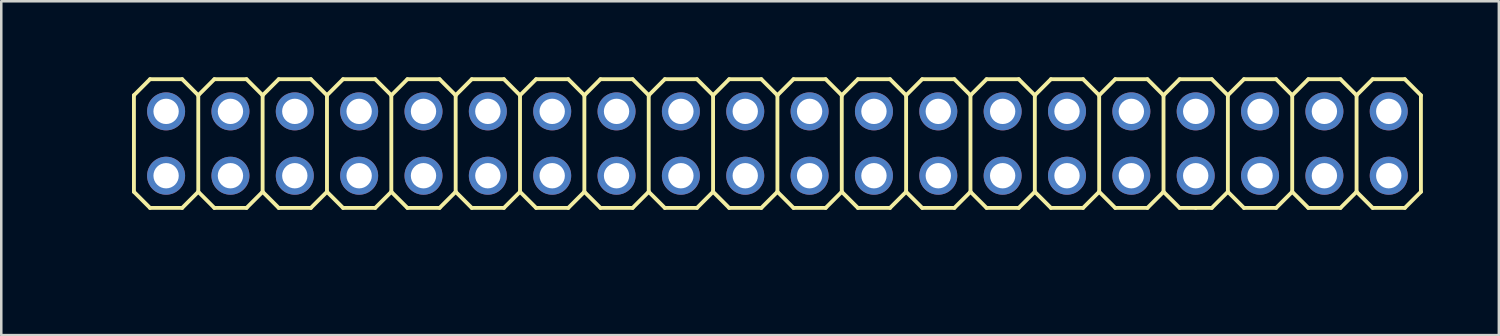
<source format=kicad_pcb>
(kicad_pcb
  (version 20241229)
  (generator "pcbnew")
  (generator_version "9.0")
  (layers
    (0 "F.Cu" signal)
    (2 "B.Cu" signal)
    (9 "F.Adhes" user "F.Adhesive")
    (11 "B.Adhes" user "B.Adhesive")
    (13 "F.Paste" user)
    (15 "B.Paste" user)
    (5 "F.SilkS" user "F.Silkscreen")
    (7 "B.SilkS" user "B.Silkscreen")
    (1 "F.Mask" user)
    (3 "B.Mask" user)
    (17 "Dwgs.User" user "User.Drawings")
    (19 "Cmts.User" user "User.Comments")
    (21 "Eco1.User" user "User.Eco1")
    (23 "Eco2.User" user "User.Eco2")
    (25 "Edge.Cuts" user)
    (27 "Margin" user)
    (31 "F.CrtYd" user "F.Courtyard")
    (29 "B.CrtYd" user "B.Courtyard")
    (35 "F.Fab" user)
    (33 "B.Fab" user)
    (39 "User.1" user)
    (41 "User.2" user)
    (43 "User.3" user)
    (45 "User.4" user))
  (footprint "2X20"
    (layer "F.Cu")
    (at 3.506 3.886)
    (property "Reference" "2X20" (at -2.54 -1.27 90) (layer "Eco1.User") (effects (font (size 1.27 1.27) (thickness 0.127))))
    (attr through_hole)
    (fp_line (start -1.27 -3.175) (end -0.635 -3.81) (stroke (width 0.152) (type solid)) (layer "F.SilkS"))
    (fp_line (start -1.27 0.635) (end -1.27 -3.175) (stroke (width 0.152) (type solid)) (layer "F.SilkS"))
    (fp_line (start -1.27 0.635) (end -0.635 1.27) (stroke (width 0.152) (type solid)) (layer "F.SilkS"))
    (fp_line (start -0.635 -3.81) (end 0.635 -3.81) (stroke (width 0.152) (type solid)) (layer "F.SilkS"))
    (fp_line (start -0.635 1.27) (end 0.635 1.27) (stroke (width 0.152) (type solid)) (layer "F.SilkS"))
    (fp_line (start 0.635 -3.81) (end 1.27 -3.175) (stroke (width 0.152) (type solid)) (layer "F.SilkS"))
    (fp_line (start 0.635 1.27) (end 1.27 0.635) (stroke (width 0.152) (type solid)) (layer "F.SilkS"))
    (fp_line (start 1.27 -3.175) (end 1.27 0.635) (stroke (width 0.152) (type solid)) (layer "F.SilkS"))
    (fp_line (start 1.27 -3.175) (end 1.905 -3.81) (stroke (width 0.152) (type solid)) (layer "F.SilkS"))
    (fp_line (start 1.27 0.635) (end 1.905 1.27) (stroke (width 0.152) (type solid)) (layer "F.SilkS"))
    (fp_line (start 1.905 -3.81) (end 3.175 -3.81) (stroke (width 0.152) (type solid)) (layer "F.SilkS"))
    (fp_line (start 1.905 1.27) (end 3.175 1.27) (stroke (width 0.152) (type solid)) (layer "F.SilkS"))
    (fp_line (start 3.175 -3.81) (end 3.81 -3.175) (stroke (width 0.152) (type solid)) (layer "F.SilkS"))
    (fp_line (start 3.175 1.27) (end 3.81 0.635) (stroke (width 0.152) (type solid)) (layer "F.SilkS"))
    (fp_line (start 3.81 -3.175) (end 3.81 0.635) (stroke (width 0.152) (type solid)) (layer "F.SilkS"))
    (fp_line (start 3.81 -3.175) (end 4.445 -3.81) (stroke (width 0.152) (type solid)) (layer "F.SilkS"))
    (fp_line (start 3.81 0.635) (end 4.445 1.27) (stroke (width 0.152) (type solid)) (layer "F.SilkS"))
    (fp_line (start 4.445 -3.81) (end 5.715 -3.81) (stroke (width 0.152) (type solid)) (layer "F.SilkS"))
    (fp_line (start 4.445 1.27) (end 5.715 1.27) (stroke (width 0.152) (type solid)) (layer "F.SilkS"))
    (fp_line (start 5.715 -3.81) (end 6.35 -3.175) (stroke (width 0.152) (type solid)) (layer "F.SilkS"))
    (fp_line (start 5.715 1.27) (end 6.35 0.635) (stroke (width 0.152) (type solid)) (layer "F.SilkS"))
    (fp_line (start 6.35 -3.175) (end 6.35 0.635) (stroke (width 0.152) (type solid)) (layer "F.SilkS"))
    (fp_line (start 6.35 -3.175) (end 6.985 -3.81) (stroke (width 0.152) (type solid)) (layer "F.SilkS"))
    (fp_line (start 6.35 0.635) (end 6.985 1.27) (stroke (width 0.152) (type solid)) (layer "F.SilkS"))
    (fp_line (start 6.985 -3.81) (end 8.255 -3.81) (stroke (width 0.152) (type solid)) (layer "F.SilkS"))
    (fp_line (start 6.985 1.27) (end 8.255 1.27) (stroke (width 0.152) (type solid)) (layer "F.SilkS"))
    (fp_line (start 8.255 -3.81) (end 8.89 -3.175) (stroke (width 0.152) (type solid)) (layer "F.SilkS"))
    (fp_line (start 8.255 1.27) (end 8.89 0.635) (stroke (width 0.152) (type solid)) (layer "F.SilkS"))
    (fp_line (start 8.89 -3.175) (end 8.89 0.635) (stroke (width 0.152) (type solid)) (layer "F.SilkS"))
    (fp_line (start 8.89 -3.175) (end 9.525 -3.81) (stroke (width 0.152) (type solid)) (layer "F.SilkS"))
    (fp_line (start 8.89 0.635) (end 9.525 1.27) (stroke (width 0.152) (type solid)) (layer "F.SilkS"))
    (fp_line (start 9.525 -3.81) (end 10.795 -3.81) (stroke (width 0.152) (type solid)) (layer "F.SilkS"))
    (fp_line (start 9.525 1.27) (end 10.795 1.27) (stroke (width 0.152) (type solid)) (layer "F.SilkS"))
    (fp_line (start 10.795 -3.81) (end 11.43 -3.175) (stroke (width 0.152) (type solid)) (layer "F.SilkS"))
    (fp_line (start 10.795 1.27) (end 11.43 0.635) (stroke (width 0.152) (type solid)) (layer "F.SilkS"))
    (fp_line (start 11.43 -3.175) (end 11.43 0.635) (stroke (width 0.152) (type solid)) (layer "F.SilkS"))
    (fp_line (start 11.43 -3.175) (end 12.065 -3.81) (stroke (width 0.152) (type solid)) (layer "F.SilkS"))
    (fp_line (start 11.43 0.635) (end 12.065 1.27) (stroke (width 0.152) (type solid)) (layer "F.SilkS"))
    (fp_line (start 12.065 -3.81) (end 13.335 -3.81) (stroke (width 0.152) (type solid)) (layer "F.SilkS"))
    (fp_line (start 12.065 1.27) (end 13.335 1.27) (stroke (width 0.152) (type solid)) (layer "F.SilkS"))
    (fp_line (start 13.335 -3.81) (end 13.97 -3.175) (stroke (width 0.152) (type solid)) (layer "F.SilkS"))
    (fp_line (start 13.335 1.27) (end 13.97 0.635) (stroke (width 0.152) (type solid)) (layer "F.SilkS"))
    (fp_line (start 13.97 -3.175) (end 13.97 0.635) (stroke (width 0.152) (type solid)) (layer "F.SilkS"))
    (fp_line (start 13.97 -3.175) (end 14.605 -3.81) (stroke (width 0.152) (type solid)) (layer "F.SilkS"))
    (fp_line (start 13.97 0.635) (end 14.605 1.27) (stroke (width 0.152) (type solid)) (layer "F.SilkS"))
    (fp_line (start 14.605 -3.81) (end 15.875 -3.81) (stroke (width 0.152) (type solid)) (layer "F.SilkS"))
    (fp_line (start 14.605 1.27) (end 15.875 1.27) (stroke (width 0.152) (type solid)) (layer "F.SilkS"))
    (fp_line (start 15.875 -3.81) (end 16.51 -3.175) (stroke (width 0.152) (type solid)) (layer "F.SilkS"))
    (fp_line (start 16.51 -3.175) (end 16.51 0.635) (stroke (width 0.152) (type solid)) (layer "F.SilkS"))
    (fp_line (start 16.51 -3.175) (end 17.145 -3.81) (stroke (width 0.152) (type solid)) (layer "F.SilkS"))
    (fp_line (start 16.51 0.635) (end 15.875 1.27) (stroke (width 0.152) (type solid)) (layer "F.SilkS"))
    (fp_line (start 16.51 0.635) (end 17.145 1.27) (stroke (width 0.152) (type solid)) (layer "F.SilkS"))
    (fp_line (start 17.145 -3.81) (end 18.415 -3.81) (stroke (width 0.152) (type solid)) (layer "F.SilkS"))
    (fp_line (start 17.145 1.27) (end 18.415 1.27) (stroke (width 0.152) (type solid)) (layer "F.SilkS"))
    (fp_line (start 18.415 -3.81) (end 19.05 -3.175) (stroke (width 0.152) (type solid)) (layer "F.SilkS"))
    (fp_line (start 19.05 -3.175) (end 19.05 0.635) (stroke (width 0.152) (type solid)) (layer "F.SilkS"))
    (fp_line (start 19.05 -3.175) (end 19.685 -3.81) (stroke (width 0.152) (type solid)) (layer "F.SilkS"))
    (fp_line (start 19.05 0.635) (end 18.415 1.27) (stroke (width 0.152) (type solid)) (layer "F.SilkS"))
    (fp_line (start 19.685 -3.81) (end 20.955 -3.81) (stroke (width 0.152) (type solid)) (layer "F.SilkS"))
    (fp_line (start 19.685 1.27) (end 19.05 0.635) (stroke (width 0.152) (type solid)) (layer "F.SilkS"))
    (fp_line (start 20.955 -3.81) (end 21.59 -3.175) (stroke (width 0.152) (type solid)) (layer "F.SilkS"))
    (fp_line (start 20.955 1.27) (end 19.685 1.27) (stroke (width 0.152) (type solid)) (layer "F.SilkS"))
    (fp_line (start 21.59 -3.175) (end 22.225 -3.81) (stroke (width 0.152) (type solid)) (layer "F.SilkS"))
    (fp_line (start 21.59 0.635) (end 20.955 1.27) (stroke (width 0.152) (type solid)) (layer "F.SilkS"))
    (fp_line (start 21.59 0.635) (end 21.59 -3.175) (stroke (width 0.152) (type solid)) (layer "F.SilkS"))
    (fp_line (start 22.225 -3.81) (end 23.495 -3.81) (stroke (width 0.152) (type solid)) (layer "F.SilkS"))
    (fp_line (start 22.225 1.27) (end 21.59 0.635) (stroke (width 0.152) (type solid)) (layer "F.SilkS"))
    (fp_line (start 23.495 -3.81) (end 24.13 -3.175) (stroke (width 0.152) (type solid)) (layer "F.SilkS"))
    (fp_line (start 23.495 1.27) (end 22.225 1.27) (stroke (width 0.152) (type solid)) (layer "F.SilkS"))
    (fp_line (start 24.13 -3.175) (end 24.13 0.635) (stroke (width 0.152) (type solid)) (layer "F.SilkS"))
    (fp_line (start 24.13 -3.175) (end 24.765 -3.81) (stroke (width 0.152) (type solid)) (layer "F.SilkS"))
    (fp_line (start 24.13 0.635) (end 23.495 1.27) (stroke (width 0.152) (type solid)) (layer "F.SilkS"))
    (fp_line (start 24.765 -3.81) (end 26.035 -3.81) (stroke (width 0.152) (type solid)) (layer "F.SilkS"))
    (fp_line (start 24.765 1.27) (end 24.13 0.635) (stroke (width 0.152) (type solid)) (layer "F.SilkS"))
    (fp_line (start 26.035 -3.81) (end 26.67 -3.175) (stroke (width 0.152) (type solid)) (layer "F.SilkS"))
    (fp_line (start 26.035 1.27) (end 24.765 1.27) (stroke (width 0.152) (type solid)) (layer "F.SilkS"))
    (fp_line (start 26.67 -3.175) (end 26.67 0.635) (stroke (width 0.152) (type solid)) (layer "F.SilkS"))
    (fp_line (start 26.67 -3.175) (end 27.305 -3.81) (stroke (width 0.152) (type solid)) (layer "F.SilkS"))
    (fp_line (start 26.67 0.635) (end 26.035 1.27) (stroke (width 0.152) (type solid)) (layer "F.SilkS"))
    (fp_line (start 27.305 -3.81) (end 28.575 -3.81) (stroke (width 0.152) (type solid)) (layer "F.SilkS"))
    (fp_line (start 27.305 1.27) (end 26.67 0.635) (stroke (width 0.152) (type solid)) (layer "F.SilkS"))
    (fp_line (start 28.575 -3.81) (end 29.21 -3.175) (stroke (width 0.152) (type solid)) (layer "F.SilkS"))
    (fp_line (start 28.575 1.27) (end 27.305 1.27) (stroke (width 0.152) (type solid)) (layer "F.SilkS"))
    (fp_line (start 29.21 -3.175) (end 29.21 0.635) (stroke (width 0.152) (type solid)) (layer "F.SilkS"))
    (fp_line (start 29.21 -3.175) (end 29.845 -3.81) (stroke (width 0.152) (type solid)) (layer "F.SilkS"))
    (fp_line (start 29.21 0.635) (end 28.575 1.27) (stroke (width 0.152) (type solid)) (layer "F.SilkS"))
    (fp_line (start 29.845 -3.81) (end 31.115 -3.81) (stroke (width 0.152) (type solid)) (layer "F.SilkS"))
    (fp_line (start 29.845 1.27) (end 29.21 0.635) (stroke (width 0.152) (type solid)) (layer "F.SilkS"))
    (fp_line (start 31.115 -3.81) (end 31.75 -3.175) (stroke (width 0.152) (type solid)) (layer "F.SilkS"))
    (fp_line (start 31.115 1.27) (end 29.845 1.27) (stroke (width 0.152) (type solid)) (layer "F.SilkS"))
    (fp_line (start 31.75 -3.175) (end 31.75 0.635) (stroke (width 0.152) (type solid)) (layer "F.SilkS"))
    (fp_line (start 31.75 -3.175) (end 32.385 -3.81) (stroke (width 0.152) (type solid)) (layer "F.SilkS"))
    (fp_line (start 31.75 0.635) (end 31.115 1.27) (stroke (width 0.152) (type solid)) (layer "F.SilkS"))
    (fp_line (start 32.385 -3.81) (end 33.655 -3.81) (stroke (width 0.152) (type solid)) (layer "F.SilkS"))
    (fp_line (start 32.385 1.27) (end 31.75 0.635) (stroke (width 0.152) (type solid)) (layer "F.SilkS"))
    (fp_line (start 33.655 -3.81) (end 34.29 -3.175) (stroke (width 0.152) (type solid)) (layer "F.SilkS"))
    (fp_line (start 33.655 1.27) (end 32.385 1.27) (stroke (width 0.152) (type solid)) (layer "F.SilkS"))
    (fp_line (start 34.29 -3.175) (end 34.29 0.635) (stroke (width 0.152) (type solid)) (layer "F.SilkS"))
    (fp_line (start 34.29 -3.175) (end 34.925 -3.81) (stroke (width 0.152) (type solid)) (layer "F.SilkS"))
    (fp_line (start 34.29 0.635) (end 33.655 1.27) (stroke (width 0.152) (type solid)) (layer "F.SilkS"))
    (fp_line (start 34.925 -3.81) (end 36.195 -3.81) (stroke (width 0.152) (type solid)) (layer "F.SilkS"))
    (fp_line (start 34.925 1.27) (end 34.29 0.635) (stroke (width 0.152) (type solid)) (layer "F.SilkS"))
    (fp_line (start 36.195 -3.81) (end 36.83 -3.175) (stroke (width 0.152) (type solid)) (layer "F.SilkS"))
    (fp_line (start 36.195 1.27) (end 34.925 1.27) (stroke (width 0.152) (type solid)) (layer "F.SilkS"))
    (fp_line (start 36.83 -3.175) (end 37.465 -3.81) (stroke (width 0.152) (type solid)) (layer "F.SilkS"))
    (fp_line (start 36.83 0.635) (end 36.195 1.27) (stroke (width 0.152) (type solid)) (layer "F.SilkS"))
    (fp_line (start 36.83 0.635) (end 36.83 -3.175) (stroke (width 0.152) (type solid)) (layer "F.SilkS"))
    (fp_line (start 37.465 -3.81) (end 38.735 -3.81) (stroke (width 0.152) (type solid)) (layer "F.SilkS"))
    (fp_line (start 37.465 1.27) (end 36.83 0.635) (stroke (width 0.152) (type solid)) (layer "F.SilkS"))
    (fp_line (start 38.735 -3.81) (end 39.37 -3.175) (stroke (width 0.152) (type solid)) (layer "F.SilkS"))
    (fp_line (start 38.735 1.27) (end 37.465 1.27) (stroke (width 0.152) (type solid)) (layer "F.SilkS"))
    (fp_line (start 39.37 -3.175) (end 39.37 0.635) (stroke (width 0.152) (type solid)) (layer "F.SilkS"))
    (fp_line (start 39.37 -3.175) (end 40.005 -3.81) (stroke (width 0.152) (type solid)) (layer "F.SilkS"))
    (fp_line (start 39.37 0.635) (end 38.735 1.27) (stroke (width 0.152) (type solid)) (layer "F.SilkS"))
    (fp_line (start 40.005 -3.81) (end 41.275 -3.81) (stroke (width 0.152) (type solid)) (layer "F.SilkS"))
    (fp_line (start 40.005 1.27) (end 39.37 0.635) (stroke (width 0.152) (type solid)) (layer "F.SilkS"))
    (fp_line (start 40.64 1.27) (end 40.005 1.27) (stroke (width 0.152) (type solid)) (layer "F.SilkS"))
    (fp_line (start 41.275 -3.81) (end 41.91 -3.175) (stroke (width 0.152) (type solid)) (layer "F.SilkS"))
    (fp_line (start 41.275 1.27) (end 40.64 1.27) (stroke (width 0.152) (type solid)) (layer "F.SilkS"))
    (fp_line (start 41.91 -3.175) (end 42.545 -3.81) (stroke (width 0.152) (type solid)) (layer "F.SilkS"))
    (fp_line (start 41.91 0.635) (end 41.275 1.27) (stroke (width 0.152) (type solid)) (layer "F.SilkS"))
    (fp_line (start 41.91 0.635) (end 41.91 -3.175) (stroke (width 0.152) (type solid)) (layer "F.SilkS"))
    (fp_line (start 42.545 -3.81) (end 43.815 -3.81) (stroke (width 0.152) (type solid)) (layer "F.SilkS"))
    (fp_line (start 42.545 1.27) (end 41.91 0.635) (stroke (width 0.152) (type solid)) (layer "F.SilkS"))
    (fp_line (start 42.545 1.27) (end 43.815 1.27) (stroke (width 0.152) (type solid)) (layer "F.SilkS"))
    (fp_line (start 43.815 -3.81) (end 44.45 -3.175) (stroke (width 0.152) (type solid)) (layer "F.SilkS"))
    (fp_line (start 44.45 -3.175) (end 44.45 0.635) (stroke (width 0.152) (type solid)) (layer "F.SilkS"))
    (fp_line (start 44.45 -3.175) (end 45.085 -3.81) (stroke (width 0.152) (type solid)) (layer "F.SilkS"))
    (fp_line (start 44.45 0.635) (end 43.815 1.27) (stroke (width 0.152) (type solid)) (layer "F.SilkS"))
    (fp_line (start 45.085 -3.81) (end 46.355 -3.81) (stroke (width 0.152) (type solid)) (layer "F.SilkS"))
    (fp_line (start 45.085 1.27) (end 44.45 0.635) (stroke (width 0.152) (type solid)) (layer "F.SilkS"))
    (fp_line (start 46.355 -3.81) (end 46.99 -3.175) (stroke (width 0.152) (type solid)) (layer "F.SilkS"))
    (fp_line (start 46.355 1.27) (end 45.085 1.27) (stroke (width 0.152) (type solid)) (layer "F.SilkS"))
    (fp_line (start 46.99 -3.175) (end 46.99 0.635) (stroke (width 0.152) (type solid)) (layer "F.SilkS"))
    (fp_line (start 46.99 -3.175) (end 47.625 -3.81) (stroke (width 0.152) (type solid)) (layer "F.SilkS"))
    (fp_line (start 46.99 0.635) (end 46.355 1.27) (stroke (width 0.152) (type solid)) (layer "F.SilkS"))
    (fp_line (start 47.625 -3.81) (end 48.895 -3.81) (stroke (width 0.152) (type solid)) (layer "F.SilkS"))
    (fp_line (start 47.625 1.27) (end 46.99 0.635) (stroke (width 0.152) (type solid)) (layer "F.SilkS"))
    (fp_line (start 48.895 -3.81) (end 49.53 -3.175) (stroke (width 0.152) (type solid)) (layer "F.SilkS"))
    (fp_line (start 48.895 1.27) (end 47.625 1.27) (stroke (width 0.152) (type solid)) (layer "F.SilkS"))
    (fp_line (start 49.53 -3.175) (end 49.53 0.635) (stroke (width 0.152) (type solid)) (layer "F.SilkS"))
    (fp_line (start 49.53 0.635) (end 48.895 1.27) (stroke (width 0.152) (type solid)) (layer "F.SilkS"))
    (fp_text user "1" (at -1.651 2.413 0) (layer "Eco1.User") (effects (font (size 1.016 1.016) (thickness 0.163))))
    (pad "1" thru_hole oval (at 0 0) (size 1.5 1.5) (drill 1) (layers "*.Cu" "*.Mask"))
    (pad "2" thru_hole oval (at 0 -2.54) (size 1.5 1.5) (drill 1) (layers "*.Cu" "*.Mask"))
    (pad "3" thru_hole oval (at 2.54 0) (size 1.5 1.5) (drill 1) (layers "*.Cu" "*.Mask"))
    (pad "4" thru_hole oval (at 2.54 -2.54) (size 1.5 1.5) (drill 1) (layers "*.Cu" "*.Mask"))
    (pad "5" thru_hole oval (at 5.08 0) (size 1.5 1.5) (drill 1) (layers "*.Cu" "*.Mask"))
    (pad "6" thru_hole oval (at 5.08 -2.54) (size 1.5 1.5) (drill 1) (layers "*.Cu" "*.Mask"))
    (pad "7" thru_hole oval (at 7.62 0) (size 1.5 1.5) (drill 1) (layers "*.Cu" "*.Mask"))
    (pad "8" thru_hole oval (at 7.62 -2.54) (size 1.5 1.5) (drill 1) (layers "*.Cu" "*.Mask"))
    (pad "9" thru_hole oval (at 10.16 0) (size 1.5 1.5) (drill 1) (layers "*.Cu" "*.Mask"))
    (pad "10" thru_hole oval (at 10.16 -2.54) (size 1.5 1.5) (drill 1) (layers "*.Cu" "*.Mask"))
    (pad "11" thru_hole oval (at 12.7 0) (size 1.5 1.5) (drill 1) (layers "*.Cu" "*.Mask"))
    (pad "12" thru_hole oval (at 12.7 -2.54) (size 1.5 1.5) (drill 1) (layers "*.Cu" "*.Mask"))
    (pad "13" thru_hole oval (at 15.24 0) (size 1.5 1.5) (drill 1) (layers "*.Cu" "*.Mask"))
    (pad "14" thru_hole oval (at 15.24 -2.54) (size 1.5 1.5) (drill 1) (layers "*.Cu" "*.Mask"))
    (pad "15" thru_hole oval (at 17.78 0) (size 1.5 1.5) (drill 1) (layers "*.Cu" "*.Mask"))
    (pad "16" thru_hole oval (at 17.78 -2.54) (size 1.5 1.5) (drill 1) (layers "*.Cu" "*.Mask"))
    (pad "17" thru_hole oval (at 20.32 0) (size 1.5 1.5) (drill 1) (layers "*.Cu" "*.Mask"))
    (pad "18" thru_hole oval (at 20.32 -2.54) (size 1.5 1.5) (drill 1) (layers "*.Cu" "*.Mask"))
    (pad "19" thru_hole oval (at 22.86 0) (size 1.5 1.5) (drill 1) (layers "*.Cu" "*.Mask"))
    (pad "20" thru_hole oval (at 22.86 -2.54) (size 1.5 1.5) (drill 1) (layers "*.Cu" "*.Mask"))
    (pad "21" thru_hole oval (at 25.4 0) (size 1.5 1.5) (drill 1) (layers "*.Cu" "*.Mask"))
    (pad "22" thru_hole oval (at 25.4 -2.54) (size 1.5 1.5) (drill 1) (layers "*.Cu" "*.Mask"))
    (pad "23" thru_hole oval (at 27.94 0) (size 1.5 1.5) (drill 1) (layers "*.Cu" "*.Mask"))
    (pad "24" thru_hole oval (at 27.94 -2.54) (size 1.5 1.5) (drill 1) (layers "*.Cu" "*.Mask"))
    (pad "25" thru_hole oval (at 30.48 0) (size 1.5 1.5) (drill 1) (layers "*.Cu" "*.Mask"))
    (pad "26" thru_hole oval (at 30.48 -2.54) (size 1.5 1.5) (drill 1) (layers "*.Cu" "*.Mask"))
    (pad "27" thru_hole oval (at 33.02 0) (size 1.5 1.5) (drill 1) (layers "*.Cu" "*.Mask"))
    (pad "28" thru_hole oval (at 33.02 -2.54) (size 1.5 1.5) (drill 1) (layers "*.Cu" "*.Mask"))
    (pad "29" thru_hole oval (at 35.56 0) (size 1.5 1.5) (drill 1) (layers "*.Cu" "*.Mask"))
    (pad "30" thru_hole oval (at 35.56 -2.54) (size 1.5 1.5) (drill 1) (layers "*.Cu" "*.Mask"))
    (pad "31" thru_hole oval (at 38.1 0) (size 1.5 1.5) (drill 1) (layers "*.Cu" "*.Mask"))
    (pad "32" thru_hole oval (at 38.1 -2.54) (size 1.5 1.5) (drill 1) (layers "*.Cu" "*.Mask"))
    (pad "33" thru_hole oval (at 40.64 0) (size 1.5 1.5) (drill 1) (layers "*.Cu" "*.Mask"))
    (pad "34" thru_hole oval (at 40.64 -2.54) (size 1.5 1.5) (drill 1) (layers "*.Cu" "*.Mask"))
    (pad "35" thru_hole oval (at 43.18 0) (size 1.5 1.5) (drill 1) (layers "*.Cu" "*.Mask"))
    (pad "36" thru_hole oval (at 43.18 -2.54) (size 1.5 1.5) (drill 1) (layers "*.Cu" "*.Mask"))
    (pad "37" thru_hole oval (at 45.72 0) (size 1.5 1.5) (drill 1) (layers "*.Cu" "*.Mask"))
    (pad "38" thru_hole oval (at 45.72 -2.54) (size 1.5 1.5) (drill 1) (layers "*.Cu" "*.Mask"))
    (pad "39" thru_hole oval (at 48.26 0) (size 1.5 1.5) (drill 1) (layers "*.Cu" "*.Mask"))
    (pad "40" thru_hole oval (at 48.26 -2.54) (size 1.5 1.5) (drill 1) (layers "*.Cu" "*.Mask")))
  (gr_rect
    (start -3 -3)
    (end 56.112 10.179)
    (stroke (width 0.1) (type default))
    (fill no)
    (layer "Edge.Cuts")))
</source>
